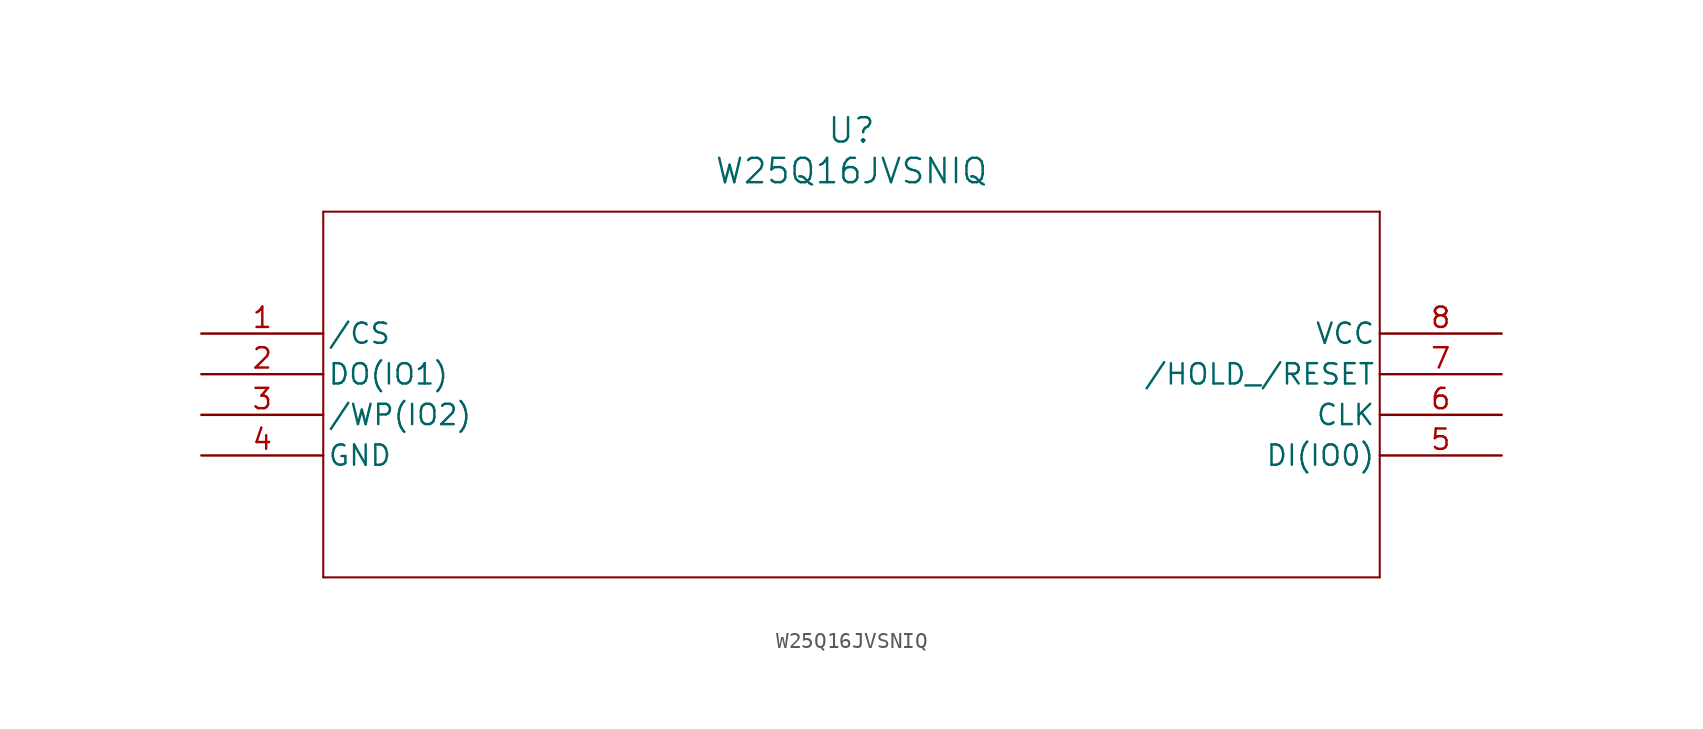
<source format=kicad_sym>
(kicad_symbol_lib
  (version 20211014)
  (generator kicad_symbol_editor)
  (symbol "W25Q16JVSNIQ"
    (pin_names
      (offset 0.254))
    (property "Reference" "U"
      (at 40.64 12.7 0)
      (effects (font (size 1.524 1.524))))
    (property "Value" "W25Q16JVSNIQ"
      (at 40.64 10.16 0)
      (effects (font (size 1.524 1.524))))
    (symbol "W25Q16JVSNIQ_0_1"
      (polyline (pts (xy 7.62 7.62) (xy 7.62 -15.24)) (stroke (width 0.127) (type default) (color 0 0 0 0)) (fill (type none)))
      (polyline (pts (xy 7.62 -15.24) (xy 73.66 -15.24)) (stroke (width 0.127) (type default) (color 0 0 0 0)) (fill (type none)))
      (polyline (pts (xy 73.66 -15.24) (xy 73.66 7.62)) (stroke (width 0.127) (type default) (color 0 0 0 0)) (fill (type none)))
      (polyline (pts (xy 73.66 7.62) (xy 7.62 7.62)) (stroke (width 0.127) (type default) (color 0 0 0 0)) (fill (type none)))
      (pin input line (at 0 0 0) (length 7.62) (name "/CS" (effects (font (size 1.27 1.27)))) (number "1" (effects (font (size 1.27 1.27)))))
      (pin bidirectional line (at 0 -2.54 0) (length 7.62) (name "DO(IO1)" (effects (font (size 1.27 1.27)))) (number "2" (effects (font (size 1.27 1.27)))))
      (pin bidirectional line (at 0 -5.08 0) (length 7.62) (name "/WP(IO2)" (effects (font (size 1.27 1.27)))) (number "3" (effects (font (size 1.27 1.27)))))
      (pin power_out line (at 0 -7.62 0) (length 7.62) (name "GND" (effects (font (size 1.27 1.27)))) (number "4" (effects (font (size 1.27 1.27)))))
      (pin bidirectional line (at 81.28 -7.62 180) (length 7.62) (name "DI(IO0)" (effects (font (size 1.27 1.27)))) (number "5" (effects (font (size 1.27 1.27)))))
      (pin input line (at 81.28 -5.08 180) (length 7.62) (name "CLK" (effects (font (size 1.27 1.27)))) (number "6" (effects (font (size 1.27 1.27)))))
      (pin bidirectional line (at 81.28 -2.54 180) (length 7.62) (name "/HOLD_/RESET" (effects (font (size 1.27 1.27)))) (number "7" (effects (font (size 1.27 1.27)))))
      (pin power_in line (at 81.28 0 180) (length 7.62) (name "VCC" (effects (font (size 1.27 1.27)))) (number "8" (effects (font (size 1.27 1.27))))))))
</source>
